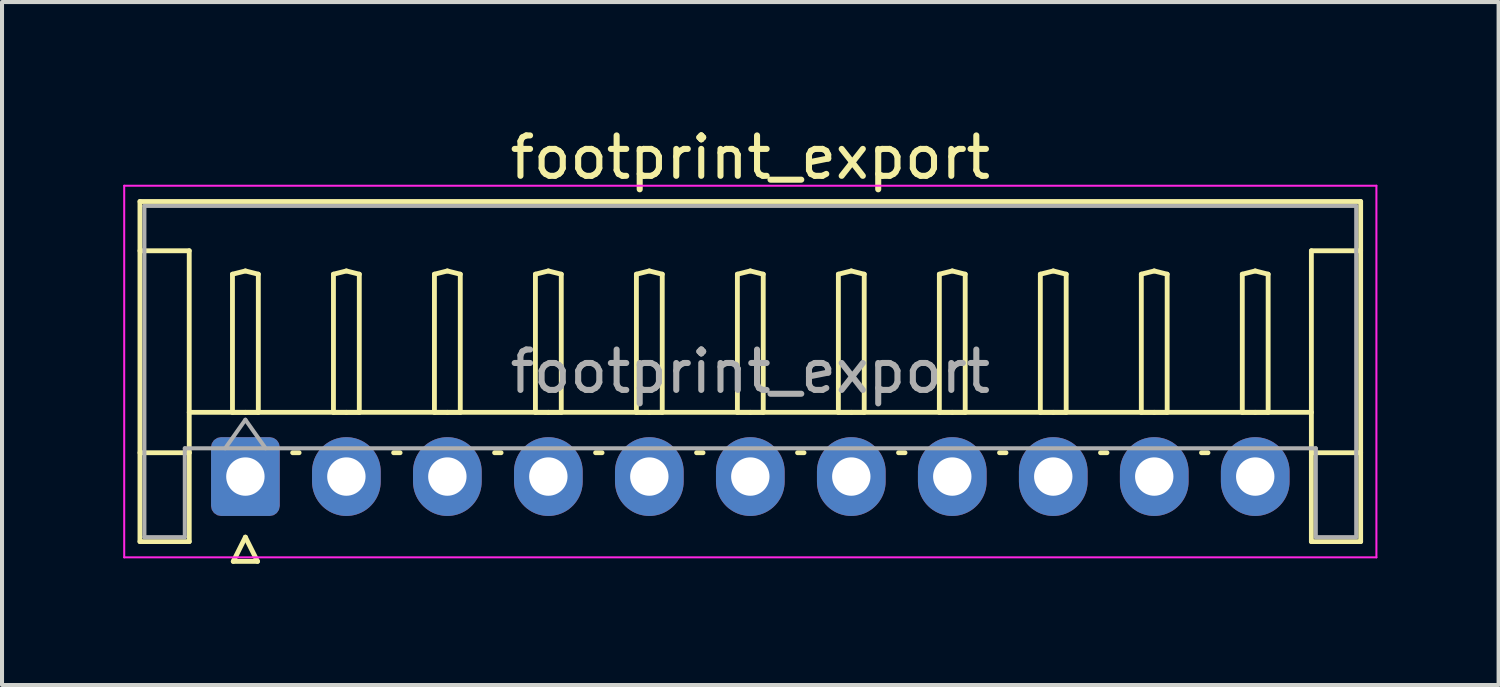
<source format=kicad_pcb>
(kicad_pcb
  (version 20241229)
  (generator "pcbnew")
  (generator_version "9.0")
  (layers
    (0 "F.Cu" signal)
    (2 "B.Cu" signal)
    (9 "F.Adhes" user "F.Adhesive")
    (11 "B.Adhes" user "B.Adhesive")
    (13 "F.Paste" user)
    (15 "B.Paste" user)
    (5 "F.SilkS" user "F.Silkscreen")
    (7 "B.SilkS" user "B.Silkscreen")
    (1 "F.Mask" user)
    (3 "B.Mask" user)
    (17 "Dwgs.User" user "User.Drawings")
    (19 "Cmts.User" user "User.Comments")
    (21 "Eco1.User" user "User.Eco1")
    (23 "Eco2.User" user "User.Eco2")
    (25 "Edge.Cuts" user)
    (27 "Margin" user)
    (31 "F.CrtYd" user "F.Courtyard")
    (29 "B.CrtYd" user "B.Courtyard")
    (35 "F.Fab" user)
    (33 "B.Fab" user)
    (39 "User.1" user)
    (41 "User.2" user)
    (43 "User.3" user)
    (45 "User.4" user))
  (footprint "footprint_export"
    (layer "F.Cu")
    (at 3.025 8.748)
    (property "Reference" "footprint_export" (at 12.5 -7.9 0) (layer "F.SilkS") (effects (font (size 1 1) (thickness 0.15))))
    (attr through_hole)
    (fp_line (start -2.61 -6.81) (end 27.61 -6.81) (stroke (width 0.12) (type solid)) (layer "F.SilkS"))
    (fp_line (start -2.61 -5.59) (end -1.39 -5.59) (stroke (width 0.12) (type solid)) (layer "F.SilkS"))
    (fp_line (start -2.61 1.61) (end -2.61 -6.81) (stroke (width 0.12) (type solid)) (layer "F.SilkS"))
    (fp_line (start -1.39 -5.59) (end -1.39 -0.59) (stroke (width 0.12) (type solid)) (layer "F.SilkS"))
    (fp_line (start -1.39 -1.59) (end 26.39 -1.59) (stroke (width 0.12) (type solid)) (layer "F.SilkS"))
    (fp_line (start -1.39 -0.59) (end -2.61 -0.59) (stroke (width 0.12) (type solid)) (layer "F.SilkS"))
    (fp_line (start -1.39 -0.59) (end -1.39 1.61) (stroke (width 0.12) (type solid)) (layer "F.SilkS"))
    (fp_line (start -1.39 1.61) (end -2.61 1.61) (stroke (width 0.12) (type solid)) (layer "F.SilkS"))
    (fp_line (start -0.32 -5.01) (end 0 -5.09) (stroke (width 0.12) (type solid)) (layer "F.SilkS"))
    (fp_line (start -0.32 -1.59) (end -0.32 -5.01) (stroke (width 0.12) (type solid)) (layer "F.SilkS"))
    (fp_line (start -0.3 2.1) (end 0.3 2.1) (stroke (width 0.12) (type solid)) (layer "F.SilkS"))
    (fp_line (start 0 -5.09) (end 0.32 -5.01) (stroke (width 0.12) (type solid)) (layer "F.SilkS"))
    (fp_line (start 0 -1.59) (end -0.32 -1.59) (stroke (width 0.12) (type solid)) (layer "F.SilkS"))
    (fp_line (start 0 1.5) (end -0.3 2.1) (stroke (width 0.12) (type solid)) (layer "F.SilkS"))
    (fp_line (start 0.3 2.1) (end 0 1.5) (stroke (width 0.12) (type solid)) (layer "F.SilkS"))
    (fp_line (start 0.32 -5.01) (end 0.32 -1.59) (stroke (width 0.12) (type solid)) (layer "F.SilkS"))
    (fp_line (start 0.32 -1.59) (end 0 -1.59) (stroke (width 0.12) (type solid)) (layer "F.SilkS"))
    (fp_line (start 1.17 -0.59) (end 1.33 -0.59) (stroke (width 0.12) (type solid)) (layer "F.SilkS"))
    (fp_line (start 2.18 -5.01) (end 2.5 -5.09) (stroke (width 0.12) (type solid)) (layer "F.SilkS"))
    (fp_line (start 2.18 -1.59) (end 2.18 -5.01) (stroke (width 0.12) (type solid)) (layer "F.SilkS"))
    (fp_line (start 2.5 -5.09) (end 2.82 -5.01) (stroke (width 0.12) (type solid)) (layer "F.SilkS"))
    (fp_line (start 2.5 -1.59) (end 2.18 -1.59) (stroke (width 0.12) (type solid)) (layer "F.SilkS"))
    (fp_line (start 2.82 -5.01) (end 2.82 -1.59) (stroke (width 0.12) (type solid)) (layer "F.SilkS"))
    (fp_line (start 2.82 -1.59) (end 2.5 -1.59) (stroke (width 0.12) (type solid)) (layer "F.SilkS"))
    (fp_line (start 3.67 -0.59) (end 3.83 -0.59) (stroke (width 0.12) (type solid)) (layer "F.SilkS"))
    (fp_line (start 4.68 -5.01) (end 5 -5.09) (stroke (width 0.12) (type solid)) (layer "F.SilkS"))
    (fp_line (start 4.68 -1.59) (end 4.68 -5.01) (stroke (width 0.12) (type solid)) (layer "F.SilkS"))
    (fp_line (start 5 -5.09) (end 5.32 -5.01) (stroke (width 0.12) (type solid)) (layer "F.SilkS"))
    (fp_line (start 5 -1.59) (end 4.68 -1.59) (stroke (width 0.12) (type solid)) (layer "F.SilkS"))
    (fp_line (start 5.32 -5.01) (end 5.32 -1.59) (stroke (width 0.12) (type solid)) (layer "F.SilkS"))
    (fp_line (start 5.32 -1.59) (end 5 -1.59) (stroke (width 0.12) (type solid)) (layer "F.SilkS"))
    (fp_line (start 6.17 -0.59) (end 6.33 -0.59) (stroke (width 0.12) (type solid)) (layer "F.SilkS"))
    (fp_line (start 7.18 -5.01) (end 7.5 -5.09) (stroke (width 0.12) (type solid)) (layer "F.SilkS"))
    (fp_line (start 7.18 -1.59) (end 7.18 -5.01) (stroke (width 0.12) (type solid)) (layer "F.SilkS"))
    (fp_line (start 7.5 -5.09) (end 7.82 -5.01) (stroke (width 0.12) (type solid)) (layer "F.SilkS"))
    (fp_line (start 7.5 -1.59) (end 7.18 -1.59) (stroke (width 0.12) (type solid)) (layer "F.SilkS"))
    (fp_line (start 7.82 -5.01) (end 7.82 -1.59) (stroke (width 0.12) (type solid)) (layer "F.SilkS"))
    (fp_line (start 7.82 -1.59) (end 7.5 -1.59) (stroke (width 0.12) (type solid)) (layer "F.SilkS"))
    (fp_line (start 8.67 -0.59) (end 8.83 -0.59) (stroke (width 0.12) (type solid)) (layer "F.SilkS"))
    (fp_line (start 9.68 -5.01) (end 10 -5.09) (stroke (width 0.12) (type solid)) (layer "F.SilkS"))
    (fp_line (start 9.68 -1.59) (end 9.68 -5.01) (stroke (width 0.12) (type solid)) (layer "F.SilkS"))
    (fp_line (start 10 -5.09) (end 10.32 -5.01) (stroke (width 0.12) (type solid)) (layer "F.SilkS"))
    (fp_line (start 10 -1.59) (end 9.68 -1.59) (stroke (width 0.12) (type solid)) (layer "F.SilkS"))
    (fp_line (start 10.32 -5.01) (end 10.32 -1.59) (stroke (width 0.12) (type solid)) (layer "F.SilkS"))
    (fp_line (start 10.32 -1.59) (end 10 -1.59) (stroke (width 0.12) (type solid)) (layer "F.SilkS"))
    (fp_line (start 11.17 -0.59) (end 11.33 -0.59) (stroke (width 0.12) (type solid)) (layer "F.SilkS"))
    (fp_line (start 12.18 -5.01) (end 12.5 -5.09) (stroke (width 0.12) (type solid)) (layer "F.SilkS"))
    (fp_line (start 12.18 -1.59) (end 12.18 -5.01) (stroke (width 0.12) (type solid)) (layer "F.SilkS"))
    (fp_line (start 12.5 -5.09) (end 12.82 -5.01) (stroke (width 0.12) (type solid)) (layer "F.SilkS"))
    (fp_line (start 12.5 -1.59) (end 12.18 -1.59) (stroke (width 0.12) (type solid)) (layer "F.SilkS"))
    (fp_line (start 12.82 -5.01) (end 12.82 -1.59) (stroke (width 0.12) (type solid)) (layer "F.SilkS"))
    (fp_line (start 12.82 -1.59) (end 12.5 -1.59) (stroke (width 0.12) (type solid)) (layer "F.SilkS"))
    (fp_line (start 13.67 -0.59) (end 13.83 -0.59) (stroke (width 0.12) (type solid)) (layer "F.SilkS"))
    (fp_line (start 14.68 -5.01) (end 15 -5.09) (stroke (width 0.12) (type solid)) (layer "F.SilkS"))
    (fp_line (start 14.68 -1.59) (end 14.68 -5.01) (stroke (width 0.12) (type solid)) (layer "F.SilkS"))
    (fp_line (start 15 -5.09) (end 15.32 -5.01) (stroke (width 0.12) (type solid)) (layer "F.SilkS"))
    (fp_line (start 15 -1.59) (end 14.68 -1.59) (stroke (width 0.12) (type solid)) (layer "F.SilkS"))
    (fp_line (start 15.32 -5.01) (end 15.32 -1.59) (stroke (width 0.12) (type solid)) (layer "F.SilkS"))
    (fp_line (start 15.32 -1.59) (end 15 -1.59) (stroke (width 0.12) (type solid)) (layer "F.SilkS"))
    (fp_line (start 16.17 -0.59) (end 16.33 -0.59) (stroke (width 0.12) (type solid)) (layer "F.SilkS"))
    (fp_line (start 17.18 -5.01) (end 17.5 -5.09) (stroke (width 0.12) (type solid)) (layer "F.SilkS"))
    (fp_line (start 17.18 -1.59) (end 17.18 -5.01) (stroke (width 0.12) (type solid)) (layer "F.SilkS"))
    (fp_line (start 17.5 -5.09) (end 17.82 -5.01) (stroke (width 0.12) (type solid)) (layer "F.SilkS"))
    (fp_line (start 17.5 -1.59) (end 17.18 -1.59) (stroke (width 0.12) (type solid)) (layer "F.SilkS"))
    (fp_line (start 17.82 -5.01) (end 17.82 -1.59) (stroke (width 0.12) (type solid)) (layer "F.SilkS"))
    (fp_line (start 17.82 -1.59) (end 17.5 -1.59) (stroke (width 0.12) (type solid)) (layer "F.SilkS"))
    (fp_line (start 18.67 -0.59) (end 18.83 -0.59) (stroke (width 0.12) (type solid)) (layer "F.SilkS"))
    (fp_line (start 19.68 -5.01) (end 20 -5.09) (stroke (width 0.12) (type solid)) (layer "F.SilkS"))
    (fp_line (start 19.68 -1.59) (end 19.68 -5.01) (stroke (width 0.12) (type solid)) (layer "F.SilkS"))
    (fp_line (start 20 -5.09) (end 20.32 -5.01) (stroke (width 0.12) (type solid)) (layer "F.SilkS"))
    (fp_line (start 20 -1.59) (end 19.68 -1.59) (stroke (width 0.12) (type solid)) (layer "F.SilkS"))
    (fp_line (start 20.32 -5.01) (end 20.32 -1.59) (stroke (width 0.12) (type solid)) (layer "F.SilkS"))
    (fp_line (start 20.32 -1.59) (end 20 -1.59) (stroke (width 0.12) (type solid)) (layer "F.SilkS"))
    (fp_line (start 21.17 -0.59) (end 21.33 -0.59) (stroke (width 0.12) (type solid)) (layer "F.SilkS"))
    (fp_line (start 22.18 -5.01) (end 22.5 -5.09) (stroke (width 0.12) (type solid)) (layer "F.SilkS"))
    (fp_line (start 22.18 -1.59) (end 22.18 -5.01) (stroke (width 0.12) (type solid)) (layer "F.SilkS"))
    (fp_line (start 22.5 -5.09) (end 22.82 -5.01) (stroke (width 0.12) (type solid)) (layer "F.SilkS"))
    (fp_line (start 22.5 -1.59) (end 22.18 -1.59) (stroke (width 0.12) (type solid)) (layer "F.SilkS"))
    (fp_line (start 22.82 -5.01) (end 22.82 -1.59) (stroke (width 0.12) (type solid)) (layer "F.SilkS"))
    (fp_line (start 22.82 -1.59) (end 22.5 -1.59) (stroke (width 0.12) (type solid)) (layer "F.SilkS"))
    (fp_line (start 23.67 -0.59) (end 23.83 -0.59) (stroke (width 0.12) (type solid)) (layer "F.SilkS"))
    (fp_line (start 24.68 -5.01) (end 25 -5.09) (stroke (width 0.12) (type solid)) (layer "F.SilkS"))
    (fp_line (start 24.68 -1.59) (end 24.68 -5.01) (stroke (width 0.12) (type solid)) (layer "F.SilkS"))
    (fp_line (start 25 -5.09) (end 25.32 -5.01) (stroke (width 0.12) (type solid)) (layer "F.SilkS"))
    (fp_line (start 25 -1.59) (end 24.68 -1.59) (stroke (width 0.12) (type solid)) (layer "F.SilkS"))
    (fp_line (start 25.32 -5.01) (end 25.32 -1.59) (stroke (width 0.12) (type solid)) (layer "F.SilkS"))
    (fp_line (start 25.32 -1.59) (end 25 -1.59) (stroke (width 0.12) (type solid)) (layer "F.SilkS"))
    (fp_line (start 26.39 -5.59) (end 26.39 -0.59) (stroke (width 0.12) (type solid)) (layer "F.SilkS"))
    (fp_line (start 26.39 -0.59) (end 27.61 -0.59) (stroke (width 0.12) (type solid)) (layer "F.SilkS"))
    (fp_line (start 26.39 1.61) (end 26.39 -0.59) (stroke (width 0.12) (type solid)) (layer "F.SilkS"))
    (fp_line (start 27.61 -6.81) (end 27.61 1.61) (stroke (width 0.12) (type solid)) (layer "F.SilkS"))
    (fp_line (start 27.61 -5.59) (end 26.39 -5.59) (stroke (width 0.12) (type solid)) (layer "F.SilkS"))
    (fp_line (start 27.61 1.61) (end 26.39 1.61) (stroke (width 0.12) (type solid)) (layer "F.SilkS"))
    (fp_line (start -3 -7.2) (end -3 2) (stroke (width 0.05) (type solid)) (layer "F.CrtYd"))
    (fp_line (start -3 2) (end 28 2) (stroke (width 0.05) (type solid)) (layer "F.CrtYd"))
    (fp_line (start 28 -7.2) (end -3 -7.2) (stroke (width 0.05) (type solid)) (layer "F.CrtYd"))
    (fp_line (start 28 2) (end 28 -7.2) (stroke (width 0.05) (type solid)) (layer "F.CrtYd"))
    (fp_line (start -2.5 -6.7) (end 27.5 -6.7) (stroke (width 0.1) (type solid)) (layer "F.Fab"))
    (fp_line (start -2.5 1.5) (end -2.5 -6.7) (stroke (width 0.1) (type solid)) (layer "F.Fab"))
    (fp_line (start -1.5 -0.7) (end -1.5 1.5) (stroke (width 0.1) (type solid)) (layer "F.Fab"))
    (fp_line (start -1.5 1.5) (end -2.5 1.5) (stroke (width 0.1) (type solid)) (layer "F.Fab"))
    (fp_line (start -0.5 -0.7) (end 0 -1.407) (stroke (width 0.1) (type solid)) (layer "F.Fab"))
    (fp_line (start 0 -1.407) (end 0.5 -0.7) (stroke (width 0.1) (type solid)) (layer "F.Fab"))
    (fp_line (start 26.5 -0.7) (end -1.5 -0.7) (stroke (width 0.1) (type solid)) (layer "F.Fab"))
    (fp_line (start 26.5 1.5) (end 26.5 -0.7) (stroke (width 0.1) (type solid)) (layer "F.Fab"))
    (fp_line (start 27.5 -6.7) (end 27.5 1.5) (stroke (width 0.1) (type solid)) (layer "F.Fab"))
    (fp_line (start 27.5 1.5) (end 26.5 1.5) (stroke (width 0.1) (type solid)) (layer "F.Fab"))
    (fp_text user "${REFERENCE}" (at 12.5 -2.6 0) (layer "F.Fab") (effects (font (size 1 1) (thickness 0.15))))
    (pad "1" thru_hole roundrect (at 0 0) (size 1.7 1.95) (drill 0.95) (layers "*.Cu" "*.Mask") (roundrect_rratio 0.147))
    (pad "2" thru_hole oval (at 2.5 0) (size 1.7 1.95) (drill 0.95) (layers "*.Cu" "*.Mask"))
    (pad "3" thru_hole oval (at 5 0) (size 1.7 1.95) (drill 0.95) (layers "*.Cu" "*.Mask"))
    (pad "4" thru_hole oval (at 7.5 0) (size 1.7 1.95) (drill 0.95) (layers "*.Cu" "*.Mask"))
    (pad "5" thru_hole oval (at 10 0) (size 1.7 1.95) (drill 0.95) (layers "*.Cu" "*.Mask"))
    (pad "6" thru_hole oval (at 12.5 0) (size 1.7 1.95) (drill 0.95) (layers "*.Cu" "*.Mask"))
    (pad "7" thru_hole oval (at 15 0) (size 1.7 1.95) (drill 0.95) (layers "*.Cu" "*.Mask"))
    (pad "8" thru_hole oval (at 17.5 0) (size 1.7 1.95) (drill 0.95) (layers "*.Cu" "*.Mask"))
    (pad "9" thru_hole oval (at 20 0) (size 1.7 1.95) (drill 0.95) (layers "*.Cu" "*.Mask"))
    (pad "10" thru_hole oval (at 22.5 0) (size 1.7 1.95) (drill 0.95) (layers "*.Cu" "*.Mask"))
    (pad "11" thru_hole oval (at 25 0) (size 1.7 1.95) (drill 0.95) (layers "*.Cu" "*.Mask")))
  (gr_rect
    (start -3 -3)
    (end 34.05 13.908)
    (stroke (width 0.1) (type default))
    (fill no)
    (layer "Edge.Cuts")))
</source>
